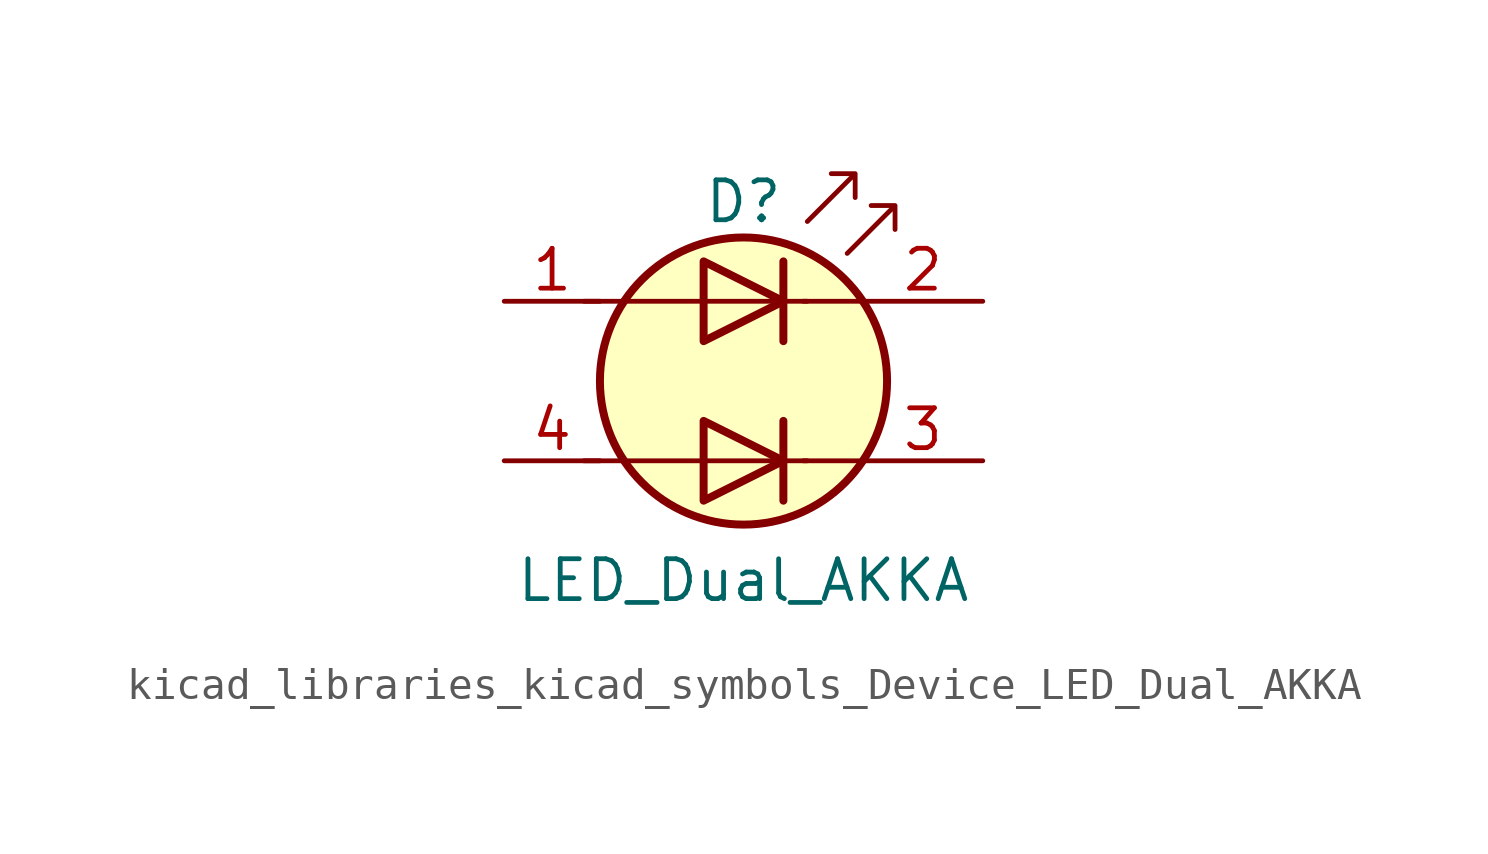
<source format=kicad_sym>
(kicad_symbol_lib
  (version 20220914)
  (generator kicad_symbol_editor)
  (symbol "kicad_libraries_kicad_symbols_Device_LED_Dual_AKKA"
    (pin_names
      (offset 0) hide)
    (property "Reference" "D"
      (at 0 5.715 0)
      (effects (font (size 1.27 1.27))))
    (property "Value" "LED_Dual_AKKA"
      (at 0 -6.35 0)
      (effects (font (size 1.27 1.27))))
    (symbol "kicad_libraries_kicad_symbols_Device_LED_Dual_AKKA_0_1"
      (polyline (pts (xy -5.08 -2.54) (xy 2.032 -2.54)) (stroke (width 0) (type default)) (fill (type none)))
      (polyline (pts (xy -5.08 2.54) (xy 2.032 2.54)) (stroke (width 0) (type default)) (fill (type none)))
      (polyline (pts (xy 1.27 -1.27) (xy 1.27 -3.81)) (stroke (width 0.254) (type default)) (fill (type none)))
      (polyline (pts (xy 1.27 3.81) (xy 1.27 1.27)) (stroke (width 0.254) (type default)) (fill (type none)))
      (polyline (pts (xy 3.81 -2.54) (xy 1.905 -2.54)) (stroke (width 0) (type default)) (fill (type none)))
      (polyline (pts (xy 3.81 2.54) (xy 1.905 2.54)) (stroke (width 0) (type default)) (fill (type none)))
      (polyline (pts (xy -1.27 -1.27) (xy -1.27 -3.81) (xy 1.27 -2.54) (xy -1.27 -1.27)) (stroke (width 0.254) (type default)) (fill (type none)))
      (polyline (pts (xy -1.27 3.81) (xy -1.27 1.27) (xy 1.27 2.54) (xy -1.27 3.81)) (stroke (width 0.254) (type default)) (fill (type none)))
      (polyline (pts (xy 2.032 5.08) (xy 3.556 6.604) (xy 2.794 6.604) (xy 3.556 6.604) (xy 3.556 5.842)) (stroke (width 0) (type default)) (fill (type none)))
      (polyline (pts (xy 3.302 4.064) (xy 4.826 5.588) (xy 4.064 5.588) (xy 4.826 5.588) (xy 4.826 4.826)) (stroke (width 0) (type default)) (fill (type none)))
      (circle (center 0 0) (radius 4.572) (stroke (width 0.254) (type default)) (fill (type background))))
    (symbol "kicad_libraries_kicad_symbols_Device_LED_Dual_AKKA_1_1"
      (pin input line (at -7.62 2.54 0) (length 3.048) (name "A1" (effects (font (size 1.27 1.27)))) (number "1" (effects (font (size 1.27 1.27)))))
      (pin input line (at 7.62 2.54 180) (length 3.81) (name "K1" (effects (font (size 1.27 1.27)))) (number "2" (effects (font (size 1.27 1.27)))))
      (pin input line (at 7.62 -2.54 180) (length 3.81) (name "K2" (effects (font (size 1.27 1.27)))) (number "3" (effects (font (size 1.27 1.27)))))
      (pin input line (at -7.62 -2.54 0) (length 3.048) (name "A2" (effects (font (size 1.27 1.27)))) (number "4" (effects (font (size 1.27 1.27))))))))
</source>
